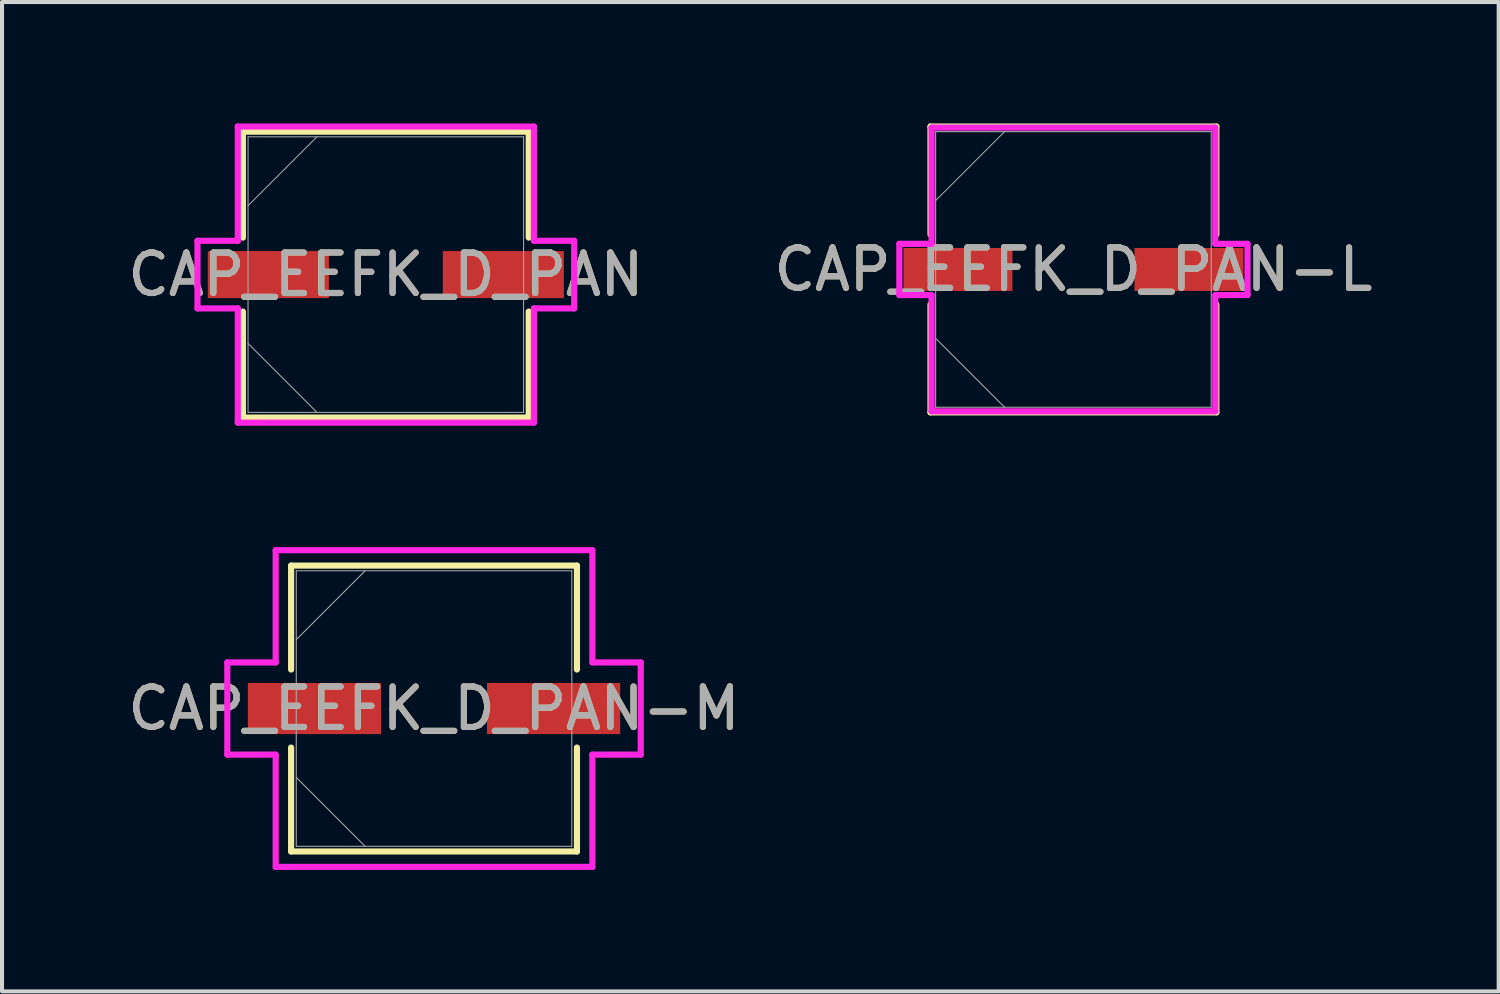
<source format=kicad_pcb>
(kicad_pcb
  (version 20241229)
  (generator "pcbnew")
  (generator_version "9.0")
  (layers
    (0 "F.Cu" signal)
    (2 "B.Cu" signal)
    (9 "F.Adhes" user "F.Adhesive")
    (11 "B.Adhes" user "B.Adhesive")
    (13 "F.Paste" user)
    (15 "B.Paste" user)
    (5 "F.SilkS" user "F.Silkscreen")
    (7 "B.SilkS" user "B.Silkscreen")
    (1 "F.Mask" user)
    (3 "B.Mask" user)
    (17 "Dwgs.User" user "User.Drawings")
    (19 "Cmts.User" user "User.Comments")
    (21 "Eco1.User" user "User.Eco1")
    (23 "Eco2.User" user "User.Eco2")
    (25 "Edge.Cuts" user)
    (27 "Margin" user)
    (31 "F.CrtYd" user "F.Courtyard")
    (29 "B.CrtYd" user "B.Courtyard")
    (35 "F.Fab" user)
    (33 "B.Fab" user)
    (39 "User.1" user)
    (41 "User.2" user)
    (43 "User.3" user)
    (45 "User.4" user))
  (footprint "CAP_EEFK_D_PAN"
    (layer "F.Cu")
    (at 6.482 3.734)
    (property "Reference" "CAP_EEFK_D_PAN" (at 0 0 0) (unlocked yes) (layer "F.SilkS") (effects (font (size 1 1) (thickness 0.15))))
    (attr smd)
    (fp_line (start -3.531 -3.531) (end -3.531 -0.914) (stroke (width 0.152) (type solid)) (layer "F.SilkS"))
    (fp_line (start -3.531 0.914) (end -3.531 3.531) (stroke (width 0.152) (type solid)) (layer "F.SilkS"))
    (fp_line (start -3.531 3.531) (end 3.531 3.531) (stroke (width 0.152) (type solid)) (layer "F.SilkS"))
    (fp_line (start 3.531 -3.531) (end -3.531 -3.531) (stroke (width 0.152) (type solid)) (layer "F.SilkS"))
    (fp_line (start 3.531 -0.914) (end 3.531 -3.531) (stroke (width 0.152) (type solid)) (layer "F.SilkS"))
    (fp_line (start 3.531 3.531) (end 3.531 0.914) (stroke (width 0.152) (type solid)) (layer "F.SilkS"))
    (fp_line (start -4.653 -0.835) (end -3.658 -0.835) (stroke (width 0.152) (type solid)) (layer "F.CrtYd"))
    (fp_line (start -4.653 0.835) (end -4.653 -0.835) (stroke (width 0.152) (type solid)) (layer "F.CrtYd"))
    (fp_line (start -3.658 -3.658) (end 3.658 -3.658) (stroke (width 0.152) (type solid)) (layer "F.CrtYd"))
    (fp_line (start -3.658 -0.835) (end -3.658 -3.658) (stroke (width 0.152) (type solid)) (layer "F.CrtYd"))
    (fp_line (start -3.658 0.835) (end -4.653 0.835) (stroke (width 0.152) (type solid)) (layer "F.CrtYd"))
    (fp_line (start -3.658 3.658) (end -3.658 0.835) (stroke (width 0.152) (type solid)) (layer "F.CrtYd"))
    (fp_line (start 3.658 -3.658) (end 3.658 -0.835) (stroke (width 0.152) (type solid)) (layer "F.CrtYd"))
    (fp_line (start 3.658 -0.835) (end 4.653 -0.835) (stroke (width 0.152) (type solid)) (layer "F.CrtYd"))
    (fp_line (start 3.658 0.835) (end 3.658 3.658) (stroke (width 0.152) (type solid)) (layer "F.CrtYd"))
    (fp_line (start 3.658 3.658) (end -3.658 3.658) (stroke (width 0.152) (type solid)) (layer "F.CrtYd"))
    (fp_line (start 4.653 -0.835) (end 4.653 0.835) (stroke (width 0.152) (type solid)) (layer "F.CrtYd"))
    (fp_line (start 4.653 0.835) (end 3.658 0.835) (stroke (width 0.152) (type solid)) (layer "F.CrtYd"))
    (fp_line (start -3.404 -3.404) (end -3.404 3.404) (stroke (width 0.025) (type solid)) (layer "F.Fab"))
    (fp_line (start -3.404 -1.702) (end -1.702 -3.404) (stroke (width 0.025) (type solid)) (layer "F.Fab"))
    (fp_line (start -3.404 1.702) (end -1.702 3.404) (stroke (width 0.025) (type solid)) (layer "F.Fab"))
    (fp_line (start -3.404 3.404) (end 3.404 3.404) (stroke (width 0.025) (type solid)) (layer "F.Fab"))
    (fp_line (start 3.404 -3.404) (end -3.404 -3.404) (stroke (width 0.025) (type solid)) (layer "F.Fab"))
    (fp_line (start 3.404 3.404) (end 3.404 -3.404) (stroke (width 0.025) (type solid)) (layer "F.Fab"))
    (fp_text user "${REFERENCE}" (at 0 0 0) (unlocked yes) (layer "F.Fab") (effects (font (size 1 1) (thickness 0.15))))
    (pad "1" smd rect (at -2.903 0) (size 2.991 1.162) (layers "F.Cu" "F.Mask" "F.Paste"))
    (pad "2" smd rect (at 2.903 0) (size 2.991 1.162) (layers "F.Cu" "F.Mask" "F.Paste"))
    (zone (net_name "") (layer "F.Cu") (hatch full 0.508) (connect_pads) (min_thickness 0.254) (filled_areas_thickness no) (keepout (tracks not_allowed) (vias not_allowed) (pads allowed) (copperpour not_allowed) (footprints allowed)) (placement (enabled no)) (fill) (polygon (pts (xy 3.129 0.381) (xy 9.835 0.381) (xy 9.835 3.102) (xy 3.129 3.102))))
    (zone (net_name "") (layer "F.Cu") (hatch full 0.508) (connect_pads) (min_thickness 0.254) (filled_areas_thickness no) (keepout (tracks not_allowed) (vias not_allowed) (pads allowed) (copperpour not_allowed) (footprints allowed)) (placement (enabled no)) (fill) (polygon (pts (xy 3.129 4.366) (xy 9.835 4.366) (xy 9.835 7.087) (xy 3.129 7.087))))
    (zone (net_name "") (layer "F.Cu") (hatch full 0.508) (connect_pads) (min_thickness 0.254) (filled_areas_thickness no) (keepout (tracks not_allowed) (vias not_allowed) (pads allowed) (copperpour not_allowed) (footprints allowed)) (placement (enabled no)) (fill) (polygon (pts (xy 5.125 3.102) (xy 7.839 3.102) (xy 7.839 4.366) (xy 5.125 4.366)))))
  (footprint "CAP_EEFK_D_PAN-M"
    (layer "F.Cu")
    (at 7.673 14.455)
    (property "Reference" "CAP_EEFK_D_PAN-M" (at 0 0 0) (unlocked yes) (layer "F.SilkS") (effects (font (size 1 1) (thickness 0.15))))
    (attr smd)
    (fp_line (start -3.531 -3.531) (end -3.531 -0.964) (stroke (width 0.152) (type solid)) (layer "F.SilkS"))
    (fp_line (start -3.531 0.964) (end -3.531 3.531) (stroke (width 0.152) (type solid)) (layer "F.SilkS"))
    (fp_line (start -3.531 3.531) (end 3.531 3.531) (stroke (width 0.152) (type solid)) (layer "F.SilkS"))
    (fp_line (start 3.531 -3.531) (end -3.531 -3.531) (stroke (width 0.152) (type solid)) (layer "F.SilkS"))
    (fp_line (start 3.531 -0.964) (end 3.531 -3.531) (stroke (width 0.152) (type solid)) (layer "F.SilkS"))
    (fp_line (start 3.531 3.531) (end 3.531 0.964) (stroke (width 0.152) (type solid)) (layer "F.SilkS"))
    (fp_line (start -5.107 -1.139) (end -3.912 -1.139) (stroke (width 0.152) (type solid)) (layer "F.CrtYd"))
    (fp_line (start -5.107 1.139) (end -5.107 -1.139) (stroke (width 0.152) (type solid)) (layer "F.CrtYd"))
    (fp_line (start -3.912 -3.912) (end 3.912 -3.912) (stroke (width 0.152) (type solid)) (layer "F.CrtYd"))
    (fp_line (start -3.912 -1.139) (end -3.912 -3.912) (stroke (width 0.152) (type solid)) (layer "F.CrtYd"))
    (fp_line (start -3.912 1.139) (end -5.107 1.139) (stroke (width 0.152) (type solid)) (layer "F.CrtYd"))
    (fp_line (start -3.912 3.912) (end -3.912 1.139) (stroke (width 0.152) (type solid)) (layer "F.CrtYd"))
    (fp_line (start 3.912 -3.912) (end 3.912 -1.139) (stroke (width 0.152) (type solid)) (layer "F.CrtYd"))
    (fp_line (start 3.912 -1.139) (end 5.107 -1.139) (stroke (width 0.152) (type solid)) (layer "F.CrtYd"))
    (fp_line (start 3.912 1.139) (end 3.912 3.912) (stroke (width 0.152) (type solid)) (layer "F.CrtYd"))
    (fp_line (start 3.912 3.912) (end -3.912 3.912) (stroke (width 0.152) (type solid)) (layer "F.CrtYd"))
    (fp_line (start 5.107 -1.139) (end 5.107 1.139) (stroke (width 0.152) (type solid)) (layer "F.CrtYd"))
    (fp_line (start 5.107 1.139) (end 3.912 1.139) (stroke (width 0.152) (type solid)) (layer "F.CrtYd"))
    (fp_line (start -3.404 -3.404) (end -3.404 3.404) (stroke (width 0.025) (type solid)) (layer "F.Fab"))
    (fp_line (start -3.404 -1.702) (end -1.702 -3.404) (stroke (width 0.025) (type solid)) (layer "F.Fab"))
    (fp_line (start -3.404 1.702) (end -1.702 3.404) (stroke (width 0.025) (type solid)) (layer "F.Fab"))
    (fp_line (start -3.404 3.404) (end 3.404 3.404) (stroke (width 0.025) (type solid)) (layer "F.Fab"))
    (fp_line (start 3.404 -3.404) (end -3.404 -3.404) (stroke (width 0.025) (type solid)) (layer "F.Fab"))
    (fp_line (start 3.404 3.404) (end 3.404 -3.404) (stroke (width 0.025) (type solid)) (layer "F.Fab"))
    (fp_text user "${REFERENCE}" (at 0 0 0) (unlocked yes) (layer "F.Fab") (effects (font (size 1 1) (thickness 0.15))))
    (pad "1" smd rect (at -2.954 0) (size 3.291 1.262) (layers "F.Cu" "F.Mask" "F.Paste"))
    (pad "2" smd rect (at 2.954 0) (size 3.291 1.262) (layers "F.Cu" "F.Mask" "F.Paste"))
    (zone (net_name "") (layer "F.Cu") (hatch full 0.508) (connect_pads) (min_thickness 0.254) (filled_areas_thickness no) (keepout (tracks not_allowed) (vias not_allowed) (pads allowed) (copperpour not_allowed) (footprints allowed)) (placement (enabled no)) (fill) (polygon (pts (xy 4.32 11.103) (xy 11.025 11.103) (xy 11.025 13.774) (xy 4.32 13.774))))
    (zone (net_name "") (layer "F.Cu") (hatch full 0.508) (connect_pads) (min_thickness 0.254) (filled_areas_thickness no) (keepout (tracks not_allowed) (vias not_allowed) (pads allowed) (copperpour not_allowed) (footprints allowed)) (placement (enabled no)) (fill) (polygon (pts (xy 4.32 15.137) (xy 11.025 15.137) (xy 11.025 17.808) (xy 4.32 17.808))))
    (zone (net_name "") (layer "F.Cu") (hatch full 0.508) (connect_pads) (min_thickness 0.254) (filled_areas_thickness no) (keepout (tracks not_allowed) (vias not_allowed) (pads allowed) (copperpour not_allowed) (footprints allowed)) (placement (enabled no)) (fill) (polygon (pts (xy 6.415 13.774) (xy 8.93 13.774) (xy 8.93 15.137) (xy 6.415 15.137)))))
  (footprint "CAP_EEFK_D_PAN-L"
    (layer "F.Cu")
    (at 23.47 3.607)
    (property "Reference" "CAP_EEFK_D_PAN-L" (at 0 0 0) (unlocked yes) (layer "F.SilkS") (effects (font (size 1 1) (thickness 0.15))))
    (attr smd)
    (fp_line (start -3.531 -3.531) (end -3.531 -0.864) (stroke (width 0.152) (type solid)) (layer "F.SilkS"))
    (fp_line (start -3.531 0.864) (end -3.531 3.531) (stroke (width 0.152) (type solid)) (layer "F.SilkS"))
    (fp_line (start -3.531 3.531) (end 3.531 3.531) (stroke (width 0.152) (type solid)) (layer "F.SilkS"))
    (fp_line (start 3.531 -3.531) (end -3.531 -3.531) (stroke (width 0.152) (type solid)) (layer "F.SilkS"))
    (fp_line (start 3.531 -0.864) (end 3.531 -3.531) (stroke (width 0.152) (type solid)) (layer "F.SilkS"))
    (fp_line (start 3.531 3.531) (end 3.531 0.864) (stroke (width 0.152) (type solid)) (layer "F.SilkS"))
    (fp_line (start -4.301 -0.633) (end -3.505 -0.633) (stroke (width 0.152) (type solid)) (layer "F.CrtYd"))
    (fp_line (start -4.301 0.633) (end -4.301 -0.633) (stroke (width 0.152) (type solid)) (layer "F.CrtYd"))
    (fp_line (start -3.505 -3.505) (end 3.505 -3.505) (stroke (width 0.152) (type solid)) (layer "F.CrtYd"))
    (fp_line (start -3.505 -0.633) (end -3.505 -3.505) (stroke (width 0.152) (type solid)) (layer "F.CrtYd"))
    (fp_line (start -3.505 0.633) (end -4.301 0.633) (stroke (width 0.152) (type solid)) (layer "F.CrtYd"))
    (fp_line (start -3.505 3.505) (end -3.505 0.633) (stroke (width 0.152) (type solid)) (layer "F.CrtYd"))
    (fp_line (start 3.505 -3.505) (end 3.505 -0.633) (stroke (width 0.152) (type solid)) (layer "F.CrtYd"))
    (fp_line (start 3.505 -0.633) (end 4.301 -0.633) (stroke (width 0.152) (type solid)) (layer "F.CrtYd"))
    (fp_line (start 3.505 0.633) (end 3.505 3.505) (stroke (width 0.152) (type solid)) (layer "F.CrtYd"))
    (fp_line (start 3.505 3.505) (end -3.505 3.505) (stroke (width 0.152) (type solid)) (layer "F.CrtYd"))
    (fp_line (start 4.301 -0.633) (end 4.301 0.633) (stroke (width 0.152) (type solid)) (layer "F.CrtYd"))
    (fp_line (start 4.301 0.633) (end 3.505 0.633) (stroke (width 0.152) (type solid)) (layer "F.CrtYd"))
    (fp_line (start -3.404 -3.404) (end -3.404 3.404) (stroke (width 0.025) (type solid)) (layer "F.Fab"))
    (fp_line (start -3.404 -1.702) (end -1.702 -3.404) (stroke (width 0.025) (type solid)) (layer "F.Fab"))
    (fp_line (start -3.404 1.702) (end -1.702 3.404) (stroke (width 0.025) (type solid)) (layer "F.Fab"))
    (fp_line (start -3.404 3.404) (end 3.404 3.404) (stroke (width 0.025) (type solid)) (layer "F.Fab"))
    (fp_line (start 3.404 -3.404) (end -3.404 -3.404) (stroke (width 0.025) (type solid)) (layer "F.Fab"))
    (fp_line (start 3.404 3.404) (end 3.404 -3.404) (stroke (width 0.025) (type solid)) (layer "F.Fab"))
    (fp_text user "${REFERENCE}" (at 0 0 0) (unlocked yes) (layer "F.Fab") (effects (font (size 1 1) (thickness 0.15))))
    (pad "1" smd rect (at -2.853 0) (size 2.691 1.062) (layers "F.Cu" "F.Mask" "F.Paste"))
    (pad "2" smd rect (at 2.853 0) (size 2.691 1.062) (layers "F.Cu" "F.Mask" "F.Paste"))
    (zone (net_name "") (layer "F.Cu") (hatch full 0.508) (connect_pads) (min_thickness 0.254) (filled_areas_thickness no) (keepout (tracks not_allowed) (vias not_allowed) (pads allowed) (copperpour not_allowed) (footprints allowed)) (placement (enabled no)) (fill) (polygon (pts (xy 20.117 0.254) (xy 26.823 0.254) (xy 26.823 3.025) (xy 20.117 3.025))))
    (zone (net_name "") (layer "F.Cu") (hatch full 0.508) (connect_pads) (min_thickness 0.254) (filled_areas_thickness no) (keepout (tracks not_allowed) (vias not_allowed) (pads allowed) (copperpour not_allowed) (footprints allowed)) (placement (enabled no)) (fill) (polygon (pts (xy 20.117 4.189) (xy 26.823 4.189) (xy 26.823 6.96) (xy 20.117 6.96))))
    (zone (net_name "") (layer "F.Cu") (hatch full 0.508) (connect_pads) (min_thickness 0.254) (filled_areas_thickness no) (keepout (tracks not_allowed) (vias not_allowed) (pads allowed) (copperpour not_allowed) (footprints allowed)) (placement (enabled no)) (fill) (polygon (pts (xy 22.013 3.025) (xy 24.928 3.025) (xy 24.928 4.189) (xy 22.013 4.189)))))
  (gr_rect
    (start -3 -3)
    (end 33.976 21.443)
    (stroke (width 0.1) (type default))
    (fill no)
    (layer "Edge.Cuts")))
</source>
